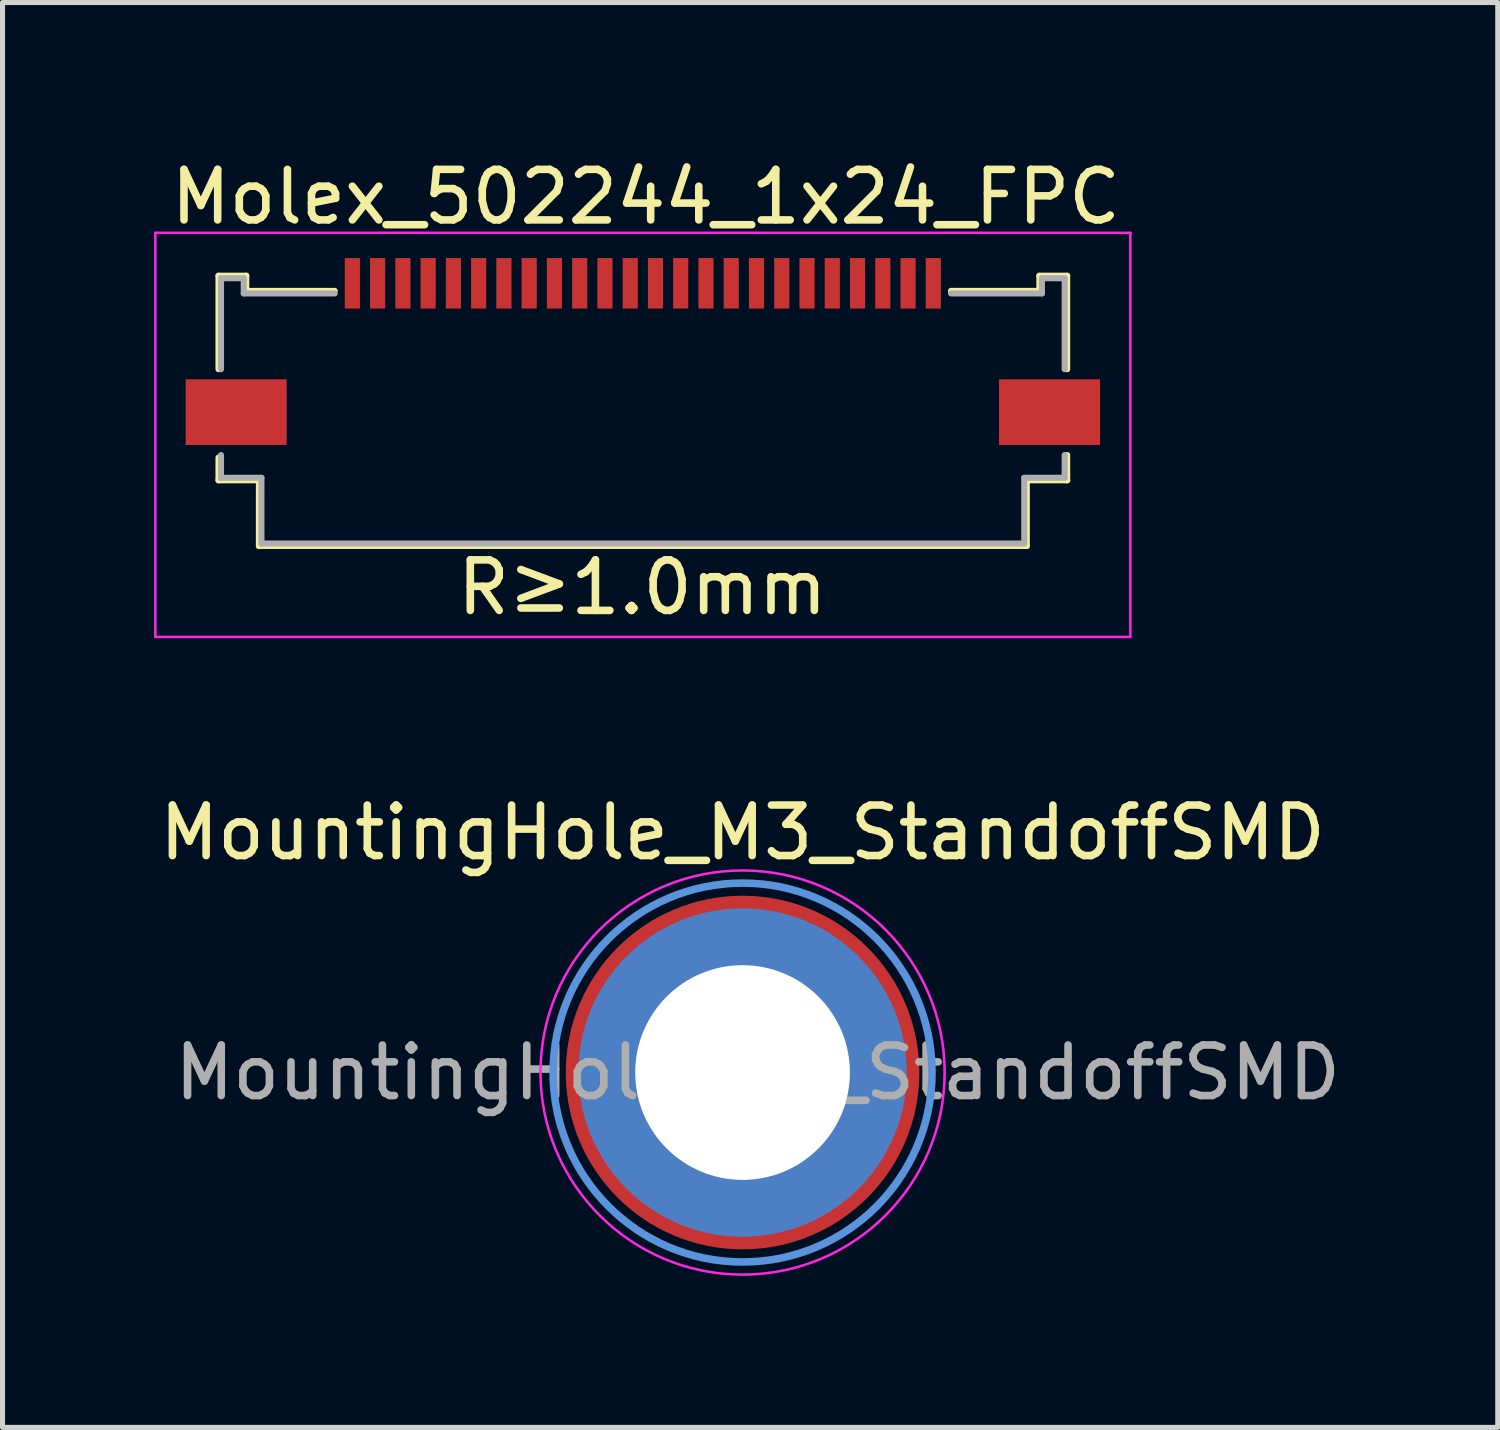
<source format=kicad_pcb>
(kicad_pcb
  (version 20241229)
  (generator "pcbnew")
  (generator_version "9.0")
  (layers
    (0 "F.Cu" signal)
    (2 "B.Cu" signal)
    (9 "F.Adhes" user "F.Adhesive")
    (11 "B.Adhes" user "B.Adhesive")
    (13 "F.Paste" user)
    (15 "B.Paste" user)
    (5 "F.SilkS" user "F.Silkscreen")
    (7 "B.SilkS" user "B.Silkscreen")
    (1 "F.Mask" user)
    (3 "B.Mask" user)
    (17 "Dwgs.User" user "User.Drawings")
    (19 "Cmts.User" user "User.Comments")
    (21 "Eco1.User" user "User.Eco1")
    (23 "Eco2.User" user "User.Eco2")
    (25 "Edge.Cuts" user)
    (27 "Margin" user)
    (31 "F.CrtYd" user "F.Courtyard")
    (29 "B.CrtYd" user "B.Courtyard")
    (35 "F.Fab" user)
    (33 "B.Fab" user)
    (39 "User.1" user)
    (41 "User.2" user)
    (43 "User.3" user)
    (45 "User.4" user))
  (footprint "Molex_502244_1x24_FPC"
    (layer "F.Cu")
    (at 9.675 2.558)
    (property "Reference" "Molex_502244_1x24_FPC" (at 0.06 -1.71 0) (layer "F.SilkS") (effects (font (size 1 1) (thickness 0.15))))
    (attr smd)
    (fp_line (start -8.4 -0.15) (end -8.4 1.7) (stroke (width 0.12) (type solid)) (layer "F.SilkS"))
    (fp_line (start -8.4 3.45) (end -8.4 3.9) (stroke (width 0.12) (type solid)) (layer "F.SilkS"))
    (fp_line (start -8.4 3.9) (end -7.6 3.9) (stroke (width 0.12) (type solid)) (layer "F.SilkS"))
    (fp_line (start -7.85 -0.15) (end -8.4 -0.15) (stroke (width 0.12) (type solid)) (layer "F.SilkS"))
    (fp_line (start -7.85 0.15) (end -7.85 -0.15) (stroke (width 0.12) (type solid)) (layer "F.SilkS"))
    (fp_line (start -7.6 3.9) (end -7.6 5.2) (stroke (width 0.12) (type solid)) (layer "F.SilkS"))
    (fp_line (start -7.6 5.2) (end 7.6 5.2) (stroke (width 0.12) (type solid)) (layer "F.SilkS"))
    (fp_line (start -6.1 0.15) (end -7.85 0.15) (stroke (width 0.12) (type solid)) (layer "F.SilkS"))
    (fp_line (start 7.6 3.9) (end 8.4 3.9) (stroke (width 0.12) (type solid)) (layer "F.SilkS"))
    (fp_line (start 7.6 5.2) (end 7.6 3.9) (stroke (width 0.12) (type solid)) (layer "F.SilkS"))
    (fp_line (start 7.85 -0.15) (end 7.85 0.15) (stroke (width 0.12) (type solid)) (layer "F.SilkS"))
    (fp_line (start 7.85 0.15) (end 6.1 0.15) (stroke (width 0.12) (type solid)) (layer "F.SilkS"))
    (fp_line (start 8.4 -0.15) (end 7.85 -0.15) (stroke (width 0.12) (type solid)) (layer "F.SilkS"))
    (fp_line (start 8.4 1.7) (end 8.4 -0.15) (stroke (width 0.12) (type solid)) (layer "F.SilkS"))
    (fp_line (start 8.4 3.9) (end 8.4 3.4) (stroke (width 0.12) (type solid)) (layer "F.SilkS"))
    (fp_line (start -9.65 -1) (end -9.65 7) (stroke (width 0.05) (type solid)) (layer "F.CrtYd"))
    (fp_line (start -9.65 -1) (end 9.65 -1) (stroke (width 0.05) (type solid)) (layer "F.CrtYd"))
    (fp_line (start -9.65 7) (end 9.65 7) (stroke (width 0.05) (type solid)) (layer "F.CrtYd"))
    (fp_line (start 9.65 -1) (end 9.65 7) (stroke (width 0.05) (type solid)) (layer "F.CrtYd"))
    (fp_line (start -8.35 -0.1) (end -8.35 1.7) (stroke (width 0.12) (type solid)) (layer "F.Fab"))
    (fp_line (start -8.35 3.4) (end -8.35 3.85) (stroke (width 0.12) (type solid)) (layer "F.Fab"))
    (fp_line (start -8.35 3.85) (end -7.55 3.85) (stroke (width 0.12) (type solid)) (layer "F.Fab"))
    (fp_line (start -7.9 -0.1) (end -8.35 -0.1) (stroke (width 0.12) (type solid)) (layer "F.Fab"))
    (fp_line (start -7.9 0.2) (end -7.9 -0.1) (stroke (width 0.12) (type solid)) (layer "F.Fab"))
    (fp_line (start -7.55 3.85) (end -7.55 5.15) (stroke (width 0.12) (type solid)) (layer "F.Fab"))
    (fp_line (start -7.55 5.15) (end 7.55 5.15) (stroke (width 0.12) (type solid)) (layer "F.Fab"))
    (fp_line (start -6.1 0.2) (end -7.9 0.2) (stroke (width 0.12) (type solid)) (layer "F.Fab"))
    (fp_line (start 7.55 3.85) (end 8.35 3.85) (stroke (width 0.12) (type solid)) (layer "F.Fab"))
    (fp_line (start 7.55 5.15) (end 7.55 3.85) (stroke (width 0.12) (type solid)) (layer "F.Fab"))
    (fp_line (start 7.9 -0.1) (end 7.9 0.2) (stroke (width 0.12) (type solid)) (layer "F.Fab"))
    (fp_line (start 7.9 0.2) (end 6.1 0.2) (stroke (width 0.12) (type solid)) (layer "F.Fab"))
    (fp_line (start 8.35 -0.1) (end 7.9 -0.1) (stroke (width 0.12) (type solid)) (layer "F.Fab"))
    (fp_line (start 8.35 1.7) (end 8.35 -0.1) (stroke (width 0.12) (type solid)) (layer "F.Fab"))
    (fp_line (start 8.35 3.85) (end 8.35 3.4) (stroke (width 0.12) (type solid)) (layer "F.Fab"))
    (fp_text user "R≥1.0mm" (at -0.01 6.02 0) (layer "F.SilkS") (effects (font (size 1 1) (thickness 0.15))))
    (pad "0" smd rect (at -8.05 2.55) (size 2 1.3) (layers "F.Cu" "F.Mask" "F.Paste"))
    (pad "0" smd rect (at 8.05 2.55) (size 2 1.3) (layers "F.Cu" "F.Mask" "F.Paste"))
    (pad "1" smd rect (at -5.75 0) (size 0.3 1) (layers "F.Cu" "F.Mask" "F.Paste"))
    (pad "2" smd rect (at -5.25 0) (size 0.3 1) (layers "F.Cu" "F.Mask" "F.Paste"))
    (pad "3" smd rect (at -4.75 0) (size 0.3 1) (layers "F.Cu" "F.Mask" "F.Paste"))
    (pad "4" smd rect (at -4.25 0) (size 0.3 1) (layers "F.Cu" "F.Mask" "F.Paste"))
    (pad "5" smd rect (at -3.75 0) (size 0.3 1) (layers "F.Cu" "F.Mask" "F.Paste"))
    (pad "6" smd rect (at -3.25 0) (size 0.3 1) (layers "F.Cu" "F.Mask" "F.Paste"))
    (pad "7" smd rect (at -2.75 0) (size 0.3 1) (layers "F.Cu" "F.Mask" "F.Paste"))
    (pad "8" smd rect (at -2.25 0) (size 0.3 1) (layers "F.Cu" "F.Mask" "F.Paste"))
    (pad "9" smd rect (at -1.75 0) (size 0.3 1) (layers "F.Cu" "F.Mask" "F.Paste"))
    (pad "10" smd rect (at -1.25 0) (size 0.3 1) (layers "F.Cu" "F.Mask" "F.Paste"))
    (pad "11" smd rect (at -0.75 0) (size 0.3 1) (layers "F.Cu" "F.Mask" "F.Paste"))
    (pad "12" smd rect (at -0.25 0) (size 0.3 1) (layers "F.Cu" "F.Mask" "F.Paste"))
    (pad "13" smd rect (at 0.25 0) (size 0.3 1) (layers "F.Cu" "F.Mask" "F.Paste"))
    (pad "14" smd rect (at 0.75 0) (size 0.3 1) (layers "F.Cu" "F.Mask" "F.Paste"))
    (pad "15" smd rect (at 1.25 0) (size 0.3 1) (layers "F.Cu" "F.Mask" "F.Paste"))
    (pad "16" smd rect (at 1.75 0) (size 0.3 1) (layers "F.Cu" "F.Mask" "F.Paste"))
    (pad "17" smd rect (at 2.25 0) (size 0.3 1) (layers "F.Cu" "F.Mask" "F.Paste"))
    (pad "18" smd rect (at 2.75 0) (size 0.3 1) (layers "F.Cu" "F.Mask" "F.Paste"))
    (pad "19" smd rect (at 3.25 0) (size 0.3 1) (layers "F.Cu" "F.Mask" "F.Paste"))
    (pad "20" smd rect (at 3.75 0) (size 0.3 1) (layers "F.Cu" "F.Mask" "F.Paste"))
    (pad "21" smd rect (at 4.25 0) (size 0.3 1) (layers "F.Cu" "F.Mask" "F.Paste"))
    (pad "22" smd rect (at 4.75 0) (size 0.3 1) (layers "F.Cu" "F.Mask" "F.Paste"))
    (pad "23" smd rect (at 5.25 0) (size 0.3 1) (layers "F.Cu" "F.Mask" "F.Paste"))
    (pad "24" smd rect (at 5.75 0) (size 0.3 1) (layers "F.Cu" "F.Mask" "F.Paste")))
  (footprint "MountingHole_M3_StandoffSMD"
    (layer "F.Cu")
    (at 11.649 18.181)
    (property "Reference" "MountingHole_M3_StandoffSMD" (at 0 -4.75 0) (layer "F.SilkS") (effects (font (size 1 1) (thickness 0.15))))
    (attr exclude_from_pos_files exclude_from_bom)
    (fp_circle (center 0 0) (end 3.75 0) (stroke (width 0.15) (type solid)) (fill no) (layer "Cmts.User"))
    (fp_circle (center 0 0) (end 4 0) (stroke (width 0.05) (type solid)) (fill no) (layer "F.CrtYd"))
    (fp_text user "${REFERENCE}" (at 0.3 0 0) (layer "F.Fab") (effects (font (size 1 1) (thickness 0.15))))
    (pad "1" thru_hole circle (at 0 0) (size 6.5 6.5) (drill 4.25) (layers "*.Cu" "*.Mask"))
    (pad "1" connect circle (at 0 0) (size 7 7) (layers "F.Cu" "F.Mask")))
  (gr_rect
    (start -3 -3)
    (end 26.598 25.206)
    (stroke (width 0.1) (type default))
    (fill no)
    (layer "Edge.Cuts")))
</source>
